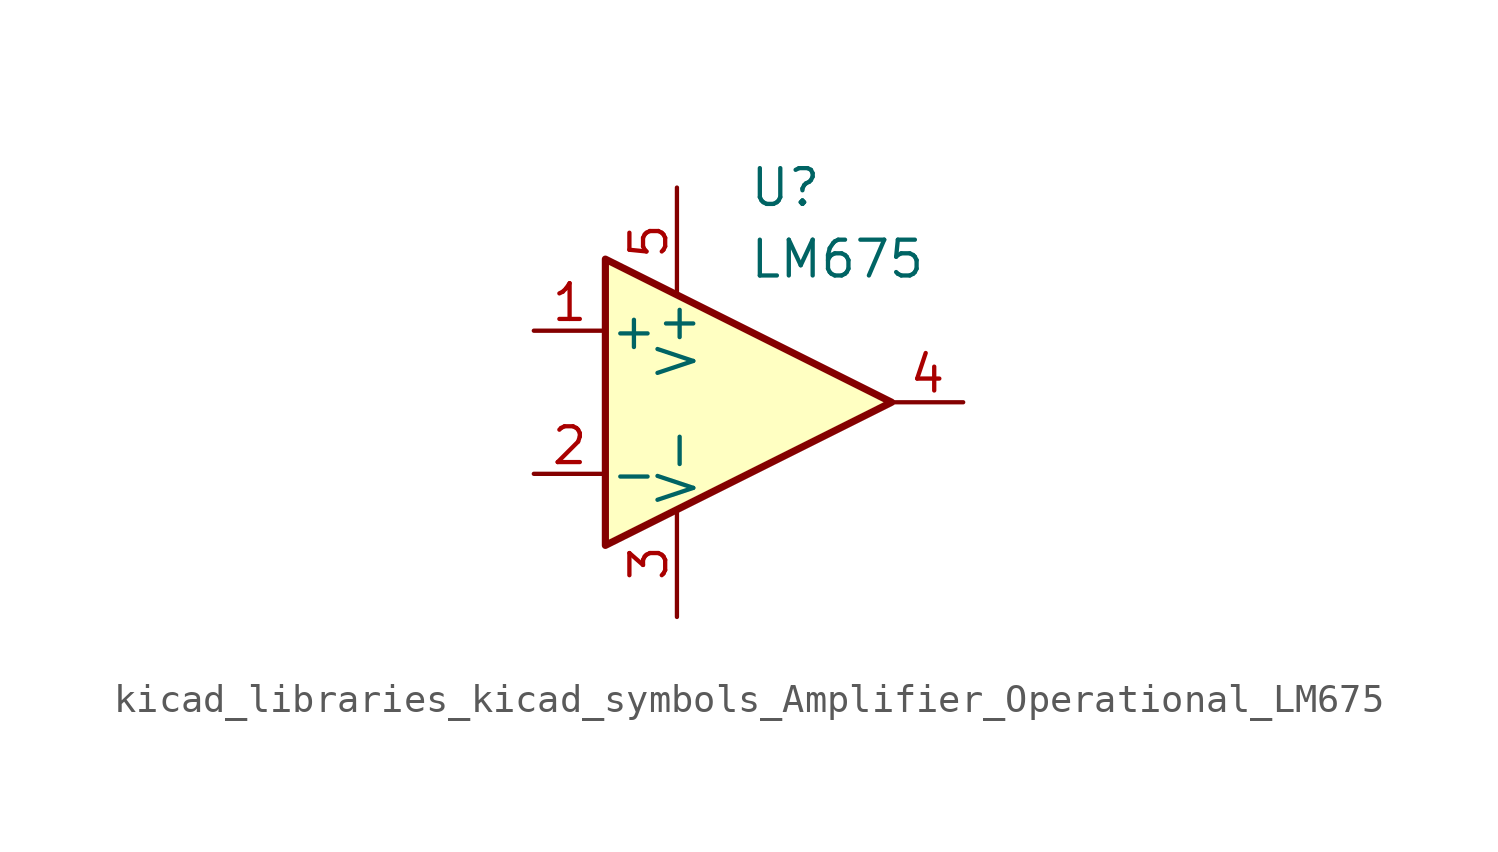
<source format=kicad_sym>
(kicad_symbol_lib
  (version 20220914)
  (generator kicad_symbol_editor)
  (symbol "kicad_libraries_kicad_symbols_Amplifier_Operational_LM675"
    (pin_names
      (offset 0.127))
    (property "Reference" "U"
      (at 0 7.62 0)
      (effects (font (size 1.27 1.27)) (justify left)))
    (property "Value" "LM675"
      (at 0 5.08 0)
      (effects (font (size 1.27 1.27)) (justify left)))
    (symbol "kicad_libraries_kicad_symbols_Amplifier_Operational_LM675_0_1"
      (polyline (pts (xy -5.08 5.08) (xy 5.08 0) (xy -5.08 -5.08) (xy -5.08 5.08)) (stroke (width 0.254) (type default)) (fill (type background))))
    (symbol "kicad_libraries_kicad_symbols_Amplifier_Operational_LM675_1_1"
      (pin input line (at -7.62 2.54 0) (length 2.54) (name "+" (effects (font (size 1.27 1.27)))) (number "1" (effects (font (size 1.27 1.27)))))
      (pin input line (at -7.62 -2.54 0) (length 2.54) (name "-" (effects (font (size 1.27 1.27)))) (number "2" (effects (font (size 1.27 1.27)))))
      (pin power_in line (at -2.54 -7.62 90) (length 3.81) (name "V-" (effects (font (size 1.27 1.27)))) (number "3" (effects (font (size 1.27 1.27)))))
      (pin output line (at 7.62 0 180) (length 2.54) (name "~" (effects (font (size 1.27 1.27)))) (number "4" (effects (font (size 1.27 1.27)))))
      (pin power_in line (at -2.54 7.62 270) (length 3.81) (name "V+" (effects (font (size 1.27 1.27)))) (number "5" (effects (font (size 1.27 1.27))))))))
</source>
